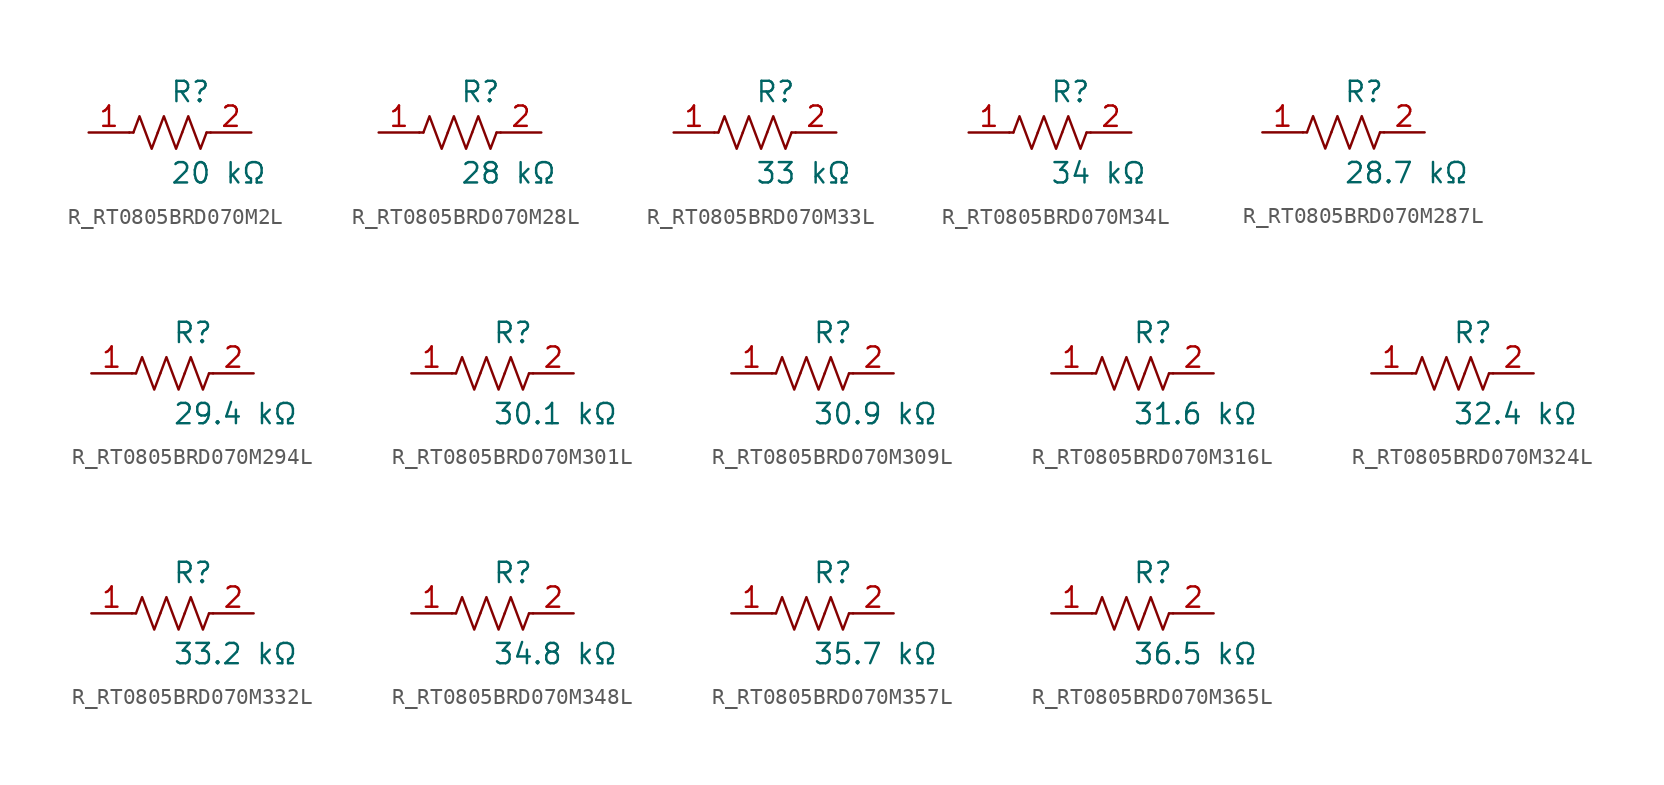
<source format=kicad_sym>
(kicad_symbol_lib
  (version 20231120)
  (generator kicad_symbol_editor)
  (generator_version 8.0)
  (symbol "R_RT0805BRD070M2L"
    (pin_names
      (offset 0.254))
    (property "Reference" "R"
      (at 0.0 2.54 0)
      (effects (font (size 1.27 1.27)) (justify left)))
    (property "Value" "20 kΩ"
      (at 0.0 -2.54 0)
      (effects (font (size 1.27 1.27)) (justify left)))
    (symbol "R_RT0805BRD070M2L_0_1"
      (polyline (pts (xy 2.286 0) (xy 2.54 0)) (stroke (width 0) (type default)) (fill (type none)))
      (polyline (pts (xy -2.286 0) (xy -2.54 0)) (stroke (width 0) (type default)) (fill (type none)))
      (polyline (pts (xy 0.762 0) (xy 1.143 1.016) (xy 1.524 0) (xy 1.905 -1.016) (xy 2.286 0)) (stroke (width 0) (type default)) (fill (type none)))
      (polyline (pts (xy -0.762 0) (xy -0.381 1.016) (xy 0 0) (xy 0.381 -1.016) (xy 0.762 0)) (stroke (width 0) (type default)) (fill (type none)))
      (polyline (pts (xy -2.286 0) (xy -1.905 1.016) (xy -1.524 0) (xy -1.143 -1.016) (xy -0.762 0)) (stroke (width 0) (type default)) (fill (type none))))
    (pin unspecified line
      (at -5.08 0 0)
      (length 2.54)
      (name "" (effects (font (size 1.27 1.27))))
      (number "1" (effects (font (size 1.27 1.27)))))
    (pin unspecified line
      (at 5.08 0 180)
      (length 2.54)
      (name "" (effects (font (size 1.27 1.27))))
      (number "2" (effects (font (size 1.27 1.27))))))
  (symbol "R_RT0805BRD070M28L"
    (pin_names
      (offset 0.254))
    (property "Reference" "R"
      (at 0.0 2.54 0)
      (effects (font (size 1.27 1.27)) (justify left)))
    (property "Value" "28 kΩ"
      (at 0.0 -2.54 0)
      (effects (font (size 1.27 1.27)) (justify left)))
    (symbol "R_RT0805BRD070M28L_0_1"
      (polyline (pts (xy 2.286 0) (xy 2.54 0)) (stroke (width 0) (type default)) (fill (type none)))
      (polyline (pts (xy -2.286 0) (xy -2.54 0)) (stroke (width 0) (type default)) (fill (type none)))
      (polyline (pts (xy 0.762 0) (xy 1.143 1.016) (xy 1.524 0) (xy 1.905 -1.016) (xy 2.286 0)) (stroke (width 0) (type default)) (fill (type none)))
      (polyline (pts (xy -0.762 0) (xy -0.381 1.016) (xy 0 0) (xy 0.381 -1.016) (xy 0.762 0)) (stroke (width 0) (type default)) (fill (type none)))
      (polyline (pts (xy -2.286 0) (xy -1.905 1.016) (xy -1.524 0) (xy -1.143 -1.016) (xy -0.762 0)) (stroke (width 0) (type default)) (fill (type none))))
    (pin unspecified line
      (at -5.08 0 0)
      (length 2.54)
      (name "" (effects (font (size 1.27 1.27))))
      (number "1" (effects (font (size 1.27 1.27)))))
    (pin unspecified line
      (at 5.08 0 180)
      (length 2.54)
      (name "" (effects (font (size 1.27 1.27))))
      (number "2" (effects (font (size 1.27 1.27))))))
  (symbol "R_RT0805BRD070M33L"
    (pin_names
      (offset 0.254))
    (property "Reference" "R"
      (at 0.0 2.54 0)
      (effects (font (size 1.27 1.27)) (justify left)))
    (property "Value" "33 kΩ"
      (at 0.0 -2.54 0)
      (effects (font (size 1.27 1.27)) (justify left)))
    (symbol "R_RT0805BRD070M33L_0_1"
      (polyline (pts (xy 2.286 0) (xy 2.54 0)) (stroke (width 0) (type default)) (fill (type none)))
      (polyline (pts (xy -2.286 0) (xy -2.54 0)) (stroke (width 0) (type default)) (fill (type none)))
      (polyline (pts (xy 0.762 0) (xy 1.143 1.016) (xy 1.524 0) (xy 1.905 -1.016) (xy 2.286 0)) (stroke (width 0) (type default)) (fill (type none)))
      (polyline (pts (xy -0.762 0) (xy -0.381 1.016) (xy 0 0) (xy 0.381 -1.016) (xy 0.762 0)) (stroke (width 0) (type default)) (fill (type none)))
      (polyline (pts (xy -2.286 0) (xy -1.905 1.016) (xy -1.524 0) (xy -1.143 -1.016) (xy -0.762 0)) (stroke (width 0) (type default)) (fill (type none))))
    (pin unspecified line
      (at -5.08 0 0)
      (length 2.54)
      (name "" (effects (font (size 1.27 1.27))))
      (number "1" (effects (font (size 1.27 1.27)))))
    (pin unspecified line
      (at 5.08 0 180)
      (length 2.54)
      (name "" (effects (font (size 1.27 1.27))))
      (number "2" (effects (font (size 1.27 1.27))))))
  (symbol "R_RT0805BRD070M34L"
    (pin_names
      (offset 0.254))
    (property "Reference" "R"
      (at 0.0 2.54 0)
      (effects (font (size 1.27 1.27)) (justify left)))
    (property "Value" "34 kΩ"
      (at 0.0 -2.54 0)
      (effects (font (size 1.27 1.27)) (justify left)))
    (symbol "R_RT0805BRD070M34L_0_1"
      (polyline (pts (xy 2.286 0) (xy 2.54 0)) (stroke (width 0) (type default)) (fill (type none)))
      (polyline (pts (xy -2.286 0) (xy -2.54 0)) (stroke (width 0) (type default)) (fill (type none)))
      (polyline (pts (xy 0.762 0) (xy 1.143 1.016) (xy 1.524 0) (xy 1.905 -1.016) (xy 2.286 0)) (stroke (width 0) (type default)) (fill (type none)))
      (polyline (pts (xy -0.762 0) (xy -0.381 1.016) (xy 0 0) (xy 0.381 -1.016) (xy 0.762 0)) (stroke (width 0) (type default)) (fill (type none)))
      (polyline (pts (xy -2.286 0) (xy -1.905 1.016) (xy -1.524 0) (xy -1.143 -1.016) (xy -0.762 0)) (stroke (width 0) (type default)) (fill (type none))))
    (pin unspecified line
      (at -5.08 0 0)
      (length 2.54)
      (name "" (effects (font (size 1.27 1.27))))
      (number "1" (effects (font (size 1.27 1.27)))))
    (pin unspecified line
      (at 5.08 0 180)
      (length 2.54)
      (name "" (effects (font (size 1.27 1.27))))
      (number "2" (effects (font (size 1.27 1.27))))))
  (symbol "R_RT0805BRD070M287L"
    (pin_names
      (offset 0.254))
    (property "Reference" "R"
      (at 0.0 2.54 0)
      (effects (font (size 1.27 1.27)) (justify left)))
    (property "Value" "28.7 kΩ"
      (at 0.0 -2.54 0)
      (effects (font (size 1.27 1.27)) (justify left)))
    (symbol "R_RT0805BRD070M287L_0_1"
      (polyline (pts (xy 2.286 0) (xy 2.54 0)) (stroke (width 0) (type default)) (fill (type none)))
      (polyline (pts (xy -2.286 0) (xy -2.54 0)) (stroke (width 0) (type default)) (fill (type none)))
      (polyline (pts (xy 0.762 0) (xy 1.143 1.016) (xy 1.524 0) (xy 1.905 -1.016) (xy 2.286 0)) (stroke (width 0) (type default)) (fill (type none)))
      (polyline (pts (xy -0.762 0) (xy -0.381 1.016) (xy 0 0) (xy 0.381 -1.016) (xy 0.762 0)) (stroke (width 0) (type default)) (fill (type none)))
      (polyline (pts (xy -2.286 0) (xy -1.905 1.016) (xy -1.524 0) (xy -1.143 -1.016) (xy -0.762 0)) (stroke (width 0) (type default)) (fill (type none))))
    (pin unspecified line
      (at -5.08 0 0)
      (length 2.54)
      (name "" (effects (font (size 1.27 1.27))))
      (number "1" (effects (font (size 1.27 1.27)))))
    (pin unspecified line
      (at 5.08 0 180)
      (length 2.54)
      (name "" (effects (font (size 1.27 1.27))))
      (number "2" (effects (font (size 1.27 1.27))))))
  (symbol "R_RT0805BRD070M294L"
    (pin_names
      (offset 0.254))
    (property "Reference" "R"
      (at 0.0 2.54 0)
      (effects (font (size 1.27 1.27)) (justify left)))
    (property "Value" "29.4 kΩ"
      (at 0.0 -2.54 0)
      (effects (font (size 1.27 1.27)) (justify left)))
    (symbol "R_RT0805BRD070M294L_0_1"
      (polyline (pts (xy 2.286 0) (xy 2.54 0)) (stroke (width 0) (type default)) (fill (type none)))
      (polyline (pts (xy -2.286 0) (xy -2.54 0)) (stroke (width 0) (type default)) (fill (type none)))
      (polyline (pts (xy 0.762 0) (xy 1.143 1.016) (xy 1.524 0) (xy 1.905 -1.016) (xy 2.286 0)) (stroke (width 0) (type default)) (fill (type none)))
      (polyline (pts (xy -0.762 0) (xy -0.381 1.016) (xy 0 0) (xy 0.381 -1.016) (xy 0.762 0)) (stroke (width 0) (type default)) (fill (type none)))
      (polyline (pts (xy -2.286 0) (xy -1.905 1.016) (xy -1.524 0) (xy -1.143 -1.016) (xy -0.762 0)) (stroke (width 0) (type default)) (fill (type none))))
    (pin unspecified line
      (at -5.08 0 0)
      (length 2.54)
      (name "" (effects (font (size 1.27 1.27))))
      (number "1" (effects (font (size 1.27 1.27)))))
    (pin unspecified line
      (at 5.08 0 180)
      (length 2.54)
      (name "" (effects (font (size 1.27 1.27))))
      (number "2" (effects (font (size 1.27 1.27))))))
  (symbol "R_RT0805BRD070M301L"
    (pin_names
      (offset 0.254))
    (property "Reference" "R"
      (at 0.0 2.54 0)
      (effects (font (size 1.27 1.27)) (justify left)))
    (property "Value" "30.1 kΩ"
      (at 0.0 -2.54 0)
      (effects (font (size 1.27 1.27)) (justify left)))
    (symbol "R_RT0805BRD070M301L_0_1"
      (polyline (pts (xy 2.286 0) (xy 2.54 0)) (stroke (width 0) (type default)) (fill (type none)))
      (polyline (pts (xy -2.286 0) (xy -2.54 0)) (stroke (width 0) (type default)) (fill (type none)))
      (polyline (pts (xy 0.762 0) (xy 1.143 1.016) (xy 1.524 0) (xy 1.905 -1.016) (xy 2.286 0)) (stroke (width 0) (type default)) (fill (type none)))
      (polyline (pts (xy -0.762 0) (xy -0.381 1.016) (xy 0 0) (xy 0.381 -1.016) (xy 0.762 0)) (stroke (width 0) (type default)) (fill (type none)))
      (polyline (pts (xy -2.286 0) (xy -1.905 1.016) (xy -1.524 0) (xy -1.143 -1.016) (xy -0.762 0)) (stroke (width 0) (type default)) (fill (type none))))
    (pin unspecified line
      (at -5.08 0 0)
      (length 2.54)
      (name "" (effects (font (size 1.27 1.27))))
      (number "1" (effects (font (size 1.27 1.27)))))
    (pin unspecified line
      (at 5.08 0 180)
      (length 2.54)
      (name "" (effects (font (size 1.27 1.27))))
      (number "2" (effects (font (size 1.27 1.27))))))
  (symbol "R_RT0805BRD070M309L"
    (pin_names
      (offset 0.254))
    (property "Reference" "R"
      (at 0.0 2.54 0)
      (effects (font (size 1.27 1.27)) (justify left)))
    (property "Value" "30.9 kΩ"
      (at 0.0 -2.54 0)
      (effects (font (size 1.27 1.27)) (justify left)))
    (symbol "R_RT0805BRD070M309L_0_1"
      (polyline (pts (xy 2.286 0) (xy 2.54 0)) (stroke (width 0) (type default)) (fill (type none)))
      (polyline (pts (xy -2.286 0) (xy -2.54 0)) (stroke (width 0) (type default)) (fill (type none)))
      (polyline (pts (xy 0.762 0) (xy 1.143 1.016) (xy 1.524 0) (xy 1.905 -1.016) (xy 2.286 0)) (stroke (width 0) (type default)) (fill (type none)))
      (polyline (pts (xy -0.762 0) (xy -0.381 1.016) (xy 0 0) (xy 0.381 -1.016) (xy 0.762 0)) (stroke (width 0) (type default)) (fill (type none)))
      (polyline (pts (xy -2.286 0) (xy -1.905 1.016) (xy -1.524 0) (xy -1.143 -1.016) (xy -0.762 0)) (stroke (width 0) (type default)) (fill (type none))))
    (pin unspecified line
      (at -5.08 0 0)
      (length 2.54)
      (name "" (effects (font (size 1.27 1.27))))
      (number "1" (effects (font (size 1.27 1.27)))))
    (pin unspecified line
      (at 5.08 0 180)
      (length 2.54)
      (name "" (effects (font (size 1.27 1.27))))
      (number "2" (effects (font (size 1.27 1.27))))))
  (symbol "R_RT0805BRD070M316L"
    (pin_names
      (offset 0.254))
    (property "Reference" "R"
      (at 0.0 2.54 0)
      (effects (font (size 1.27 1.27)) (justify left)))
    (property "Value" "31.6 kΩ"
      (at 0.0 -2.54 0)
      (effects (font (size 1.27 1.27)) (justify left)))
    (symbol "R_RT0805BRD070M316L_0_1"
      (polyline (pts (xy 2.286 0) (xy 2.54 0)) (stroke (width 0) (type default)) (fill (type none)))
      (polyline (pts (xy -2.286 0) (xy -2.54 0)) (stroke (width 0) (type default)) (fill (type none)))
      (polyline (pts (xy 0.762 0) (xy 1.143 1.016) (xy 1.524 0) (xy 1.905 -1.016) (xy 2.286 0)) (stroke (width 0) (type default)) (fill (type none)))
      (polyline (pts (xy -0.762 0) (xy -0.381 1.016) (xy 0 0) (xy 0.381 -1.016) (xy 0.762 0)) (stroke (width 0) (type default)) (fill (type none)))
      (polyline (pts (xy -2.286 0) (xy -1.905 1.016) (xy -1.524 0) (xy -1.143 -1.016) (xy -0.762 0)) (stroke (width 0) (type default)) (fill (type none))))
    (pin unspecified line
      (at -5.08 0 0)
      (length 2.54)
      (name "" (effects (font (size 1.27 1.27))))
      (number "1" (effects (font (size 1.27 1.27)))))
    (pin unspecified line
      (at 5.08 0 180)
      (length 2.54)
      (name "" (effects (font (size 1.27 1.27))))
      (number "2" (effects (font (size 1.27 1.27))))))
  (symbol "R_RT0805BRD070M324L"
    (pin_names
      (offset 0.254))
    (property "Reference" "R"
      (at 0.0 2.54 0)
      (effects (font (size 1.27 1.27)) (justify left)))
    (property "Value" "32.4 kΩ"
      (at 0.0 -2.54 0)
      (effects (font (size 1.27 1.27)) (justify left)))
    (symbol "R_RT0805BRD070M324L_0_1"
      (polyline (pts (xy 2.286 0) (xy 2.54 0)) (stroke (width 0) (type default)) (fill (type none)))
      (polyline (pts (xy -2.286 0) (xy -2.54 0)) (stroke (width 0) (type default)) (fill (type none)))
      (polyline (pts (xy 0.762 0) (xy 1.143 1.016) (xy 1.524 0) (xy 1.905 -1.016) (xy 2.286 0)) (stroke (width 0) (type default)) (fill (type none)))
      (polyline (pts (xy -0.762 0) (xy -0.381 1.016) (xy 0 0) (xy 0.381 -1.016) (xy 0.762 0)) (stroke (width 0) (type default)) (fill (type none)))
      (polyline (pts (xy -2.286 0) (xy -1.905 1.016) (xy -1.524 0) (xy -1.143 -1.016) (xy -0.762 0)) (stroke (width 0) (type default)) (fill (type none))))
    (pin unspecified line
      (at -5.08 0 0)
      (length 2.54)
      (name "" (effects (font (size 1.27 1.27))))
      (number "1" (effects (font (size 1.27 1.27)))))
    (pin unspecified line
      (at 5.08 0 180)
      (length 2.54)
      (name "" (effects (font (size 1.27 1.27))))
      (number "2" (effects (font (size 1.27 1.27))))))
  (symbol "R_RT0805BRD070M332L"
    (pin_names
      (offset 0.254))
    (property "Reference" "R"
      (at 0.0 2.54 0)
      (effects (font (size 1.27 1.27)) (justify left)))
    (property "Value" "33.2 kΩ"
      (at 0.0 -2.54 0)
      (effects (font (size 1.27 1.27)) (justify left)))
    (symbol "R_RT0805BRD070M332L_0_1"
      (polyline (pts (xy 2.286 0) (xy 2.54 0)) (stroke (width 0) (type default)) (fill (type none)))
      (polyline (pts (xy -2.286 0) (xy -2.54 0)) (stroke (width 0) (type default)) (fill (type none)))
      (polyline (pts (xy 0.762 0) (xy 1.143 1.016) (xy 1.524 0) (xy 1.905 -1.016) (xy 2.286 0)) (stroke (width 0) (type default)) (fill (type none)))
      (polyline (pts (xy -0.762 0) (xy -0.381 1.016) (xy 0 0) (xy 0.381 -1.016) (xy 0.762 0)) (stroke (width 0) (type default)) (fill (type none)))
      (polyline (pts (xy -2.286 0) (xy -1.905 1.016) (xy -1.524 0) (xy -1.143 -1.016) (xy -0.762 0)) (stroke (width 0) (type default)) (fill (type none))))
    (pin unspecified line
      (at -5.08 0 0)
      (length 2.54)
      (name "" (effects (font (size 1.27 1.27))))
      (number "1" (effects (font (size 1.27 1.27)))))
    (pin unspecified line
      (at 5.08 0 180)
      (length 2.54)
      (name "" (effects (font (size 1.27 1.27))))
      (number "2" (effects (font (size 1.27 1.27))))))
  (symbol "R_RT0805BRD070M348L"
    (pin_names
      (offset 0.254))
    (property "Reference" "R"
      (at 0.0 2.54 0)
      (effects (font (size 1.27 1.27)) (justify left)))
    (property "Value" "34.8 kΩ"
      (at 0.0 -2.54 0)
      (effects (font (size 1.27 1.27)) (justify left)))
    (symbol "R_RT0805BRD070M348L_0_1"
      (polyline (pts (xy 2.286 0) (xy 2.54 0)) (stroke (width 0) (type default)) (fill (type none)))
      (polyline (pts (xy -2.286 0) (xy -2.54 0)) (stroke (width 0) (type default)) (fill (type none)))
      (polyline (pts (xy 0.762 0) (xy 1.143 1.016) (xy 1.524 0) (xy 1.905 -1.016) (xy 2.286 0)) (stroke (width 0) (type default)) (fill (type none)))
      (polyline (pts (xy -0.762 0) (xy -0.381 1.016) (xy 0 0) (xy 0.381 -1.016) (xy 0.762 0)) (stroke (width 0) (type default)) (fill (type none)))
      (polyline (pts (xy -2.286 0) (xy -1.905 1.016) (xy -1.524 0) (xy -1.143 -1.016) (xy -0.762 0)) (stroke (width 0) (type default)) (fill (type none))))
    (pin unspecified line
      (at -5.08 0 0)
      (length 2.54)
      (name "" (effects (font (size 1.27 1.27))))
      (number "1" (effects (font (size 1.27 1.27)))))
    (pin unspecified line
      (at 5.08 0 180)
      (length 2.54)
      (name "" (effects (font (size 1.27 1.27))))
      (number "2" (effects (font (size 1.27 1.27))))))
  (symbol "R_RT0805BRD070M357L"
    (pin_names
      (offset 0.254))
    (property "Reference" "R"
      (at 0.0 2.54 0)
      (effects (font (size 1.27 1.27)) (justify left)))
    (property "Value" "35.7 kΩ"
      (at 0.0 -2.54 0)
      (effects (font (size 1.27 1.27)) (justify left)))
    (symbol "R_RT0805BRD070M357L_0_1"
      (polyline (pts (xy 2.286 0) (xy 2.54 0)) (stroke (width 0) (type default)) (fill (type none)))
      (polyline (pts (xy -2.286 0) (xy -2.54 0)) (stroke (width 0) (type default)) (fill (type none)))
      (polyline (pts (xy 0.762 0) (xy 1.143 1.016) (xy 1.524 0) (xy 1.905 -1.016) (xy 2.286 0)) (stroke (width 0) (type default)) (fill (type none)))
      (polyline (pts (xy -0.762 0) (xy -0.381 1.016) (xy 0 0) (xy 0.381 -1.016) (xy 0.762 0)) (stroke (width 0) (type default)) (fill (type none)))
      (polyline (pts (xy -2.286 0) (xy -1.905 1.016) (xy -1.524 0) (xy -1.143 -1.016) (xy -0.762 0)) (stroke (width 0) (type default)) (fill (type none))))
    (pin unspecified line
      (at -5.08 0 0)
      (length 2.54)
      (name "" (effects (font (size 1.27 1.27))))
      (number "1" (effects (font (size 1.27 1.27)))))
    (pin unspecified line
      (at 5.08 0 180)
      (length 2.54)
      (name "" (effects (font (size 1.27 1.27))))
      (number "2" (effects (font (size 1.27 1.27))))))
  (symbol "R_RT0805BRD070M365L"
    (pin_names
      (offset 0.254))
    (property "Reference" "R"
      (at 0.0 2.54 0)
      (effects (font (size 1.27 1.27)) (justify left)))
    (property "Value" "36.5 kΩ"
      (at 0.0 -2.54 0)
      (effects (font (size 1.27 1.27)) (justify left)))
    (symbol "R_RT0805BRD070M365L_0_1"
      (polyline (pts (xy 2.286 0) (xy 2.54 0)) (stroke (width 0) (type default)) (fill (type none)))
      (polyline (pts (xy -2.286 0) (xy -2.54 0)) (stroke (width 0) (type default)) (fill (type none)))
      (polyline (pts (xy 0.762 0) (xy 1.143 1.016) (xy 1.524 0) (xy 1.905 -1.016) (xy 2.286 0)) (stroke (width 0) (type default)) (fill (type none)))
      (polyline (pts (xy -0.762 0) (xy -0.381 1.016) (xy 0 0) (xy 0.381 -1.016) (xy 0.762 0)) (stroke (width 0) (type default)) (fill (type none)))
      (polyline (pts (xy -2.286 0) (xy -1.905 1.016) (xy -1.524 0) (xy -1.143 -1.016) (xy -0.762 0)) (stroke (width 0) (type default)) (fill (type none))))
    (pin unspecified line
      (at -5.08 0 0)
      (length 2.54)
      (name "" (effects (font (size 1.27 1.27))))
      (number "1" (effects (font (size 1.27 1.27)))))
    (pin unspecified line
      (at 5.08 0 180)
      (length 2.54)
      (name "" (effects (font (size 1.27 1.27))))
      (number "2" (effects (font (size 1.27 1.27)))))))
</source>
